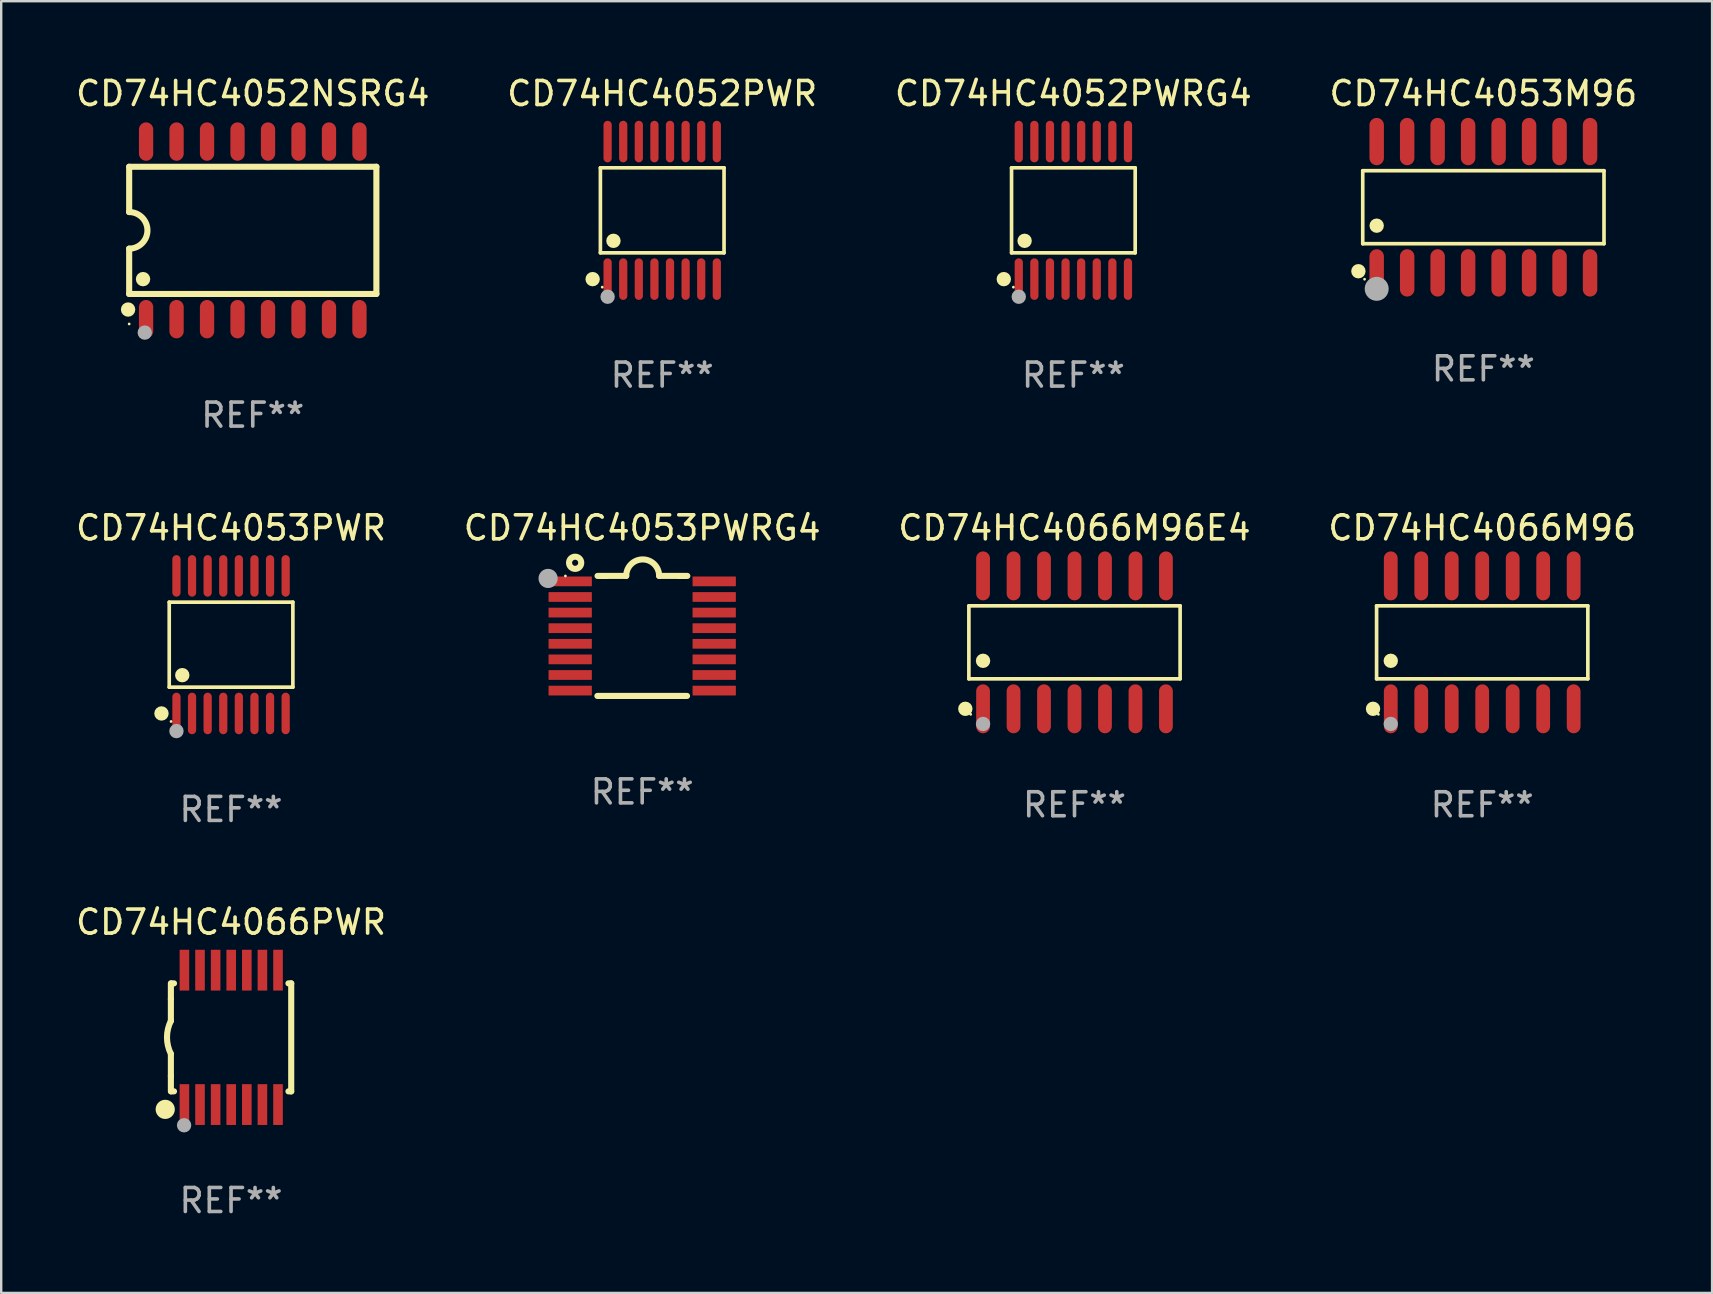
<source format=kicad_pcb>
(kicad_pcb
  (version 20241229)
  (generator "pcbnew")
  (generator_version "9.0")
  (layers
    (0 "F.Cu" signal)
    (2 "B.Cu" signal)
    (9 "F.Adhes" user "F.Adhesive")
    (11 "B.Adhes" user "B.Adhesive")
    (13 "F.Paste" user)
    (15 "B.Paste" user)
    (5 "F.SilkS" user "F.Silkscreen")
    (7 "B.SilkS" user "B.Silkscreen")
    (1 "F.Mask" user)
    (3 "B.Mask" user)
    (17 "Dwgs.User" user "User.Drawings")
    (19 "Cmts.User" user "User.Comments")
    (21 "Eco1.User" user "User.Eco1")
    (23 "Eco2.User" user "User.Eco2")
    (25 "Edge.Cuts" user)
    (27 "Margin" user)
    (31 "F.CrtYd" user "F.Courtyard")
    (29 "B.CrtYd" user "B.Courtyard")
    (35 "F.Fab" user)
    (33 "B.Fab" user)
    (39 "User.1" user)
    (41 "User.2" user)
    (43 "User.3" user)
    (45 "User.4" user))
  (footprint "CD74HC4053PWRG4"
    (layer "F.Cu")
    (at 23.708 23.446)
    (property "Reference" "CD74HC4053PWRG4" (at 0 -4.501 0) (layer "F.SilkS") (effects (font (size 1 1) (thickness 0.15))))
    (attr through_hole)
    (fp_line (start -1.868 2.501) (end 1.868 2.501) (stroke (width 0.254) (type solid)) (layer "F.SilkS"))
    (fp_line (start -1.86 -2.499) (end -0.666 -2.501) (stroke (width 0.254) (type solid)) (layer "F.SilkS"))
    (fp_line (start 0.706 -2.501) (end 1.88 -2.499) (stroke (width 0.254) (type solid)) (layer "F.SilkS"))
    (fp_arc (start -0.665914 -2.501448) (mid 0.019888 -3.18725) (end 0.70569 -2.501448) (stroke (width 0.254001) (type solid)) (layer "F.SilkS"))
    (fp_circle (center -3.2 -2.497) (end -3.17 -2.497) (stroke (width 0.06) (type solid)) (fill no) (layer "F.SilkS"))
    (fp_circle (center -2.794 -3.047) (end -2.54 -3.047) (stroke (width 0.254) (type solid)) (fill no) (layer "F.SilkS"))
    (fp_circle (center -3.921 -2.395) (end -3.721 -2.395) (stroke (width 0.4) (type solid)) (fill no) (layer "F.Fab"))
    (fp_text user "REF**" (at 0 6.501 0) (layer "F.Fab") (effects (font (size 1 1) (thickness 0.15))))
    (pad "1" smd rect (at -3 -2.272) (size 1.803 0.406) (layers "F.Cu" "F.Mask" "F.Paste"))
    (pad "2" smd rect (at -3 -1.622) (size 1.803 0.406) (layers "F.Cu" "F.Mask" "F.Paste"))
    (pad "3" smd rect (at -3 -0.972) (size 1.803 0.406) (layers "F.Cu" "F.Mask" "F.Paste"))
    (pad "4" smd rect (at -3 -0.322) (size 1.803 0.406) (layers "F.Cu" "F.Mask" "F.Paste"))
    (pad "5" smd rect (at -3 0.328) (size 1.803 0.406) (layers "F.Cu" "F.Mask" "F.Paste"))
    (pad "6" smd rect (at -3 0.978) (size 1.803 0.406) (layers "F.Cu" "F.Mask" "F.Paste"))
    (pad "7" smd rect (at -3 1.628) (size 1.803 0.406) (layers "F.Cu" "F.Mask" "F.Paste"))
    (pad "8" smd rect (at -3 2.278) (size 1.803 0.406) (layers "F.Cu" "F.Mask" "F.Paste"))
    (pad "9" smd rect (at 3 2.278) (size 1.803 0.406) (layers "F.Cu" "F.Mask" "F.Paste"))
    (pad "10" smd rect (at 3 1.628) (size 1.803 0.406) (layers "F.Cu" "F.Mask" "F.Paste"))
    (pad "11" smd rect (at 3 0.978) (size 1.803 0.406) (layers "F.Cu" "F.Mask" "F.Paste"))
    (pad "12" smd rect (at 3 0.328) (size 1.803 0.406) (layers "F.Cu" "F.Mask" "F.Paste"))
    (pad "13" smd rect (at 3 -0.322) (size 1.803 0.406) (layers "F.Cu" "F.Mask" "F.Paste"))
    (pad "14" smd rect (at 3 -0.972) (size 1.803 0.406) (layers "F.Cu" "F.Mask" "F.Paste"))
    (pad "15" smd rect (at 3 -1.622) (size 1.803 0.406) (layers "F.Cu" "F.Mask" "F.Paste"))
    (pad "16" smd rect (at 3 -2.272) (size 1.803 0.406) (layers "F.Cu" "F.Mask" "F.Paste")))
  (footprint "CD74HC4066M96"
    (layer "F.Cu")
    (at 58.708 23.714)
    (property "Reference" "CD74HC4066M96" (at 0 -4.769 0) (layer "F.SilkS") (effects (font (size 1 1) (thickness 0.15))))
    (attr through_hole)
    (fp_line (start -4.401 -1.521) (end 4.401 -1.521) (stroke (width 0.152) (type solid)) (layer "F.SilkS"))
    (fp_line (start -4.401 1.521) (end -4.401 -1.521) (stroke (width 0.152) (type solid)) (layer "F.SilkS"))
    (fp_line (start 4.401 -1.521) (end 4.401 1.521) (stroke (width 0.152) (type solid)) (layer "F.SilkS"))
    (fp_line (start 4.401 1.521) (end -4.401 1.521) (stroke (width 0.152) (type solid)) (layer "F.SilkS"))
    (fp_circle (center -4.549 2.769) (end -4.399 2.769) (stroke (width 0.3) (type solid)) (fill no) (layer "F.SilkS"))
    (fp_circle (center -4.325 3) (end -4.295 3) (stroke (width 0.06) (type solid)) (fill no) (layer "F.SilkS"))
    (fp_circle (center -3.81 0.769) (end -3.66 0.769) (stroke (width 0.3) (type solid)) (fill no) (layer "F.SilkS"))
    (fp_circle (center -3.81 3.4) (end -3.66 3.4) (stroke (width 0.3) (type solid)) (fill no) (layer "F.Fab"))
    (fp_text user "REF**" (at 0 6.769 0) (layer "F.Fab") (effects (font (size 1 1) (thickness 0.15))))
    (pad "1" smd oval (at -3.81 2.769) (size 0.574 2.038) (layers "F.Cu" "F.Mask" "F.Paste"))
    (pad "2" smd oval (at -2.54 2.769) (size 0.574 2.038) (layers "F.Cu" "F.Mask" "F.Paste"))
    (pad "3" smd oval (at -1.27 2.769) (size 0.574 2.038) (layers "F.Cu" "F.Mask" "F.Paste"))
    (pad "4" smd oval (at 0 2.769) (size 0.574 2.038) (layers "F.Cu" "F.Mask" "F.Paste"))
    (pad "5" smd oval (at 1.27 2.769) (size 0.574 2.038) (layers "F.Cu" "F.Mask" "F.Paste"))
    (pad "6" smd oval (at 2.54 2.769) (size 0.574 2.038) (layers "F.Cu" "F.Mask" "F.Paste"))
    (pad "7" smd oval (at 3.81 2.769) (size 0.574 2.038) (layers "F.Cu" "F.Mask" "F.Paste"))
    (pad "8" smd oval (at 3.81 -2.769) (size 0.574 2.038) (layers "F.Cu" "F.Mask" "F.Paste"))
    (pad "9" smd oval (at 2.54 -2.769) (size 0.574 2.038) (layers "F.Cu" "F.Mask" "F.Paste"))
    (pad "10" smd oval (at 1.27 -2.769) (size 0.574 2.038) (layers "F.Cu" "F.Mask" "F.Paste"))
    (pad "11" smd oval (at 0 -2.769) (size 0.574 2.038) (layers "F.Cu" "F.Mask" "F.Paste"))
    (pad "12" smd oval (at -1.27 -2.769) (size 0.574 2.038) (layers "F.Cu" "F.Mask" "F.Paste"))
    (pad "13" smd oval (at -2.54 -2.769) (size 0.574 2.038) (layers "F.Cu" "F.Mask" "F.Paste"))
    (pad "14" smd oval (at -3.81 -2.769) (size 0.574 2.038) (layers "F.Cu" "F.Mask" "F.Paste")))
  (footprint "CD74HC4066PWR"
    (layer "F.Cu")
    (at 6.577 40.173)
    (property "Reference" "CD74HC4066PWR" (at 0 -4.8 0) (layer "F.SilkS") (effects (font (size 1 1) (thickness 0.15))))
    (attr through_hole)
    (fp_line (start -2.507 -1.6) (end -2.507 -2.25) (stroke (width 0.254) (type solid)) (layer "F.SilkS"))
    (fp_line (start -2.507 -0.686) (end -2.507 -1.6) (stroke (width 0.254) (type solid)) (layer "F.SilkS"))
    (fp_line (start -2.507 1.6) (end -2.507 0.686) (stroke (width 0.254) (type solid)) (layer "F.SilkS"))
    (fp_line (start -2.507 1.6) (end -2.507 2.25) (stroke (width 0.254) (type solid)) (layer "F.SilkS"))
    (fp_line (start -2.493 -2.25) (end -2.377 -2.25) (stroke (width 0.254) (type solid)) (layer "F.SilkS"))
    (fp_line (start -2.377 2.25) (end -2.493 2.25) (stroke (width 0.254) (type solid)) (layer "F.SilkS"))
    (fp_line (start 2.392 -2.25) (end 2.507 -2.25) (stroke (width 0.254) (type solid)) (layer "F.SilkS"))
    (fp_line (start 2.507 -2.25) (end 2.507 2.25) (stroke (width 0.254) (type solid)) (layer "F.SilkS"))
    (fp_line (start 2.507 2.25) (end 2.392 2.25) (stroke (width 0.254) (type solid)) (layer "F.SilkS"))
    (fp_arc (start -2.507303 0.685802) (mid -2.669199 0) (end -2.507303 -0.685801) (stroke (width 0.254001) (type solid)) (layer "F.SilkS"))
    (fp_circle (center -2.743 3) (end -2.543 3) (stroke (width 0.4) (type solid)) (fill no) (layer "F.SilkS"))
    (fp_circle (center -2.493 3.2) (end -2.463 3.2) (stroke (width 0.06) (type solid)) (fill no) (layer "F.SilkS"))
    (fp_circle (center -1.957 3.662) (end -1.807 3.662) (stroke (width 0.3) (type solid)) (fill no) (layer "F.Fab"))
    (fp_text user "REF**" (at 0 6.8 0) (layer "F.Fab") (effects (font (size 1 1) (thickness 0.15))))
    (pad "1" smd rect (at -1.943 2.8) (size 0.4 1.7) (layers "F.Cu" "F.Mask" "F.Paste"))
    (pad "2" smd rect (at -1.293 2.8) (size 0.4 1.7) (layers "F.Cu" "F.Mask" "F.Paste"))
    (pad "3" smd rect (at -0.643 2.8) (size 0.4 1.7) (layers "F.Cu" "F.Mask" "F.Paste"))
    (pad "4" smd rect (at 0.007 2.8) (size 0.4 1.7) (layers "F.Cu" "F.Mask" "F.Paste"))
    (pad "5" smd rect (at 0.657 2.8) (size 0.4 1.7) (layers "F.Cu" "F.Mask" "F.Paste"))
    (pad "6" smd rect (at 1.307 2.8) (size 0.4 1.7) (layers "F.Cu" "F.Mask" "F.Paste"))
    (pad "7" smd rect (at 1.957 2.8) (size 0.4 1.7) (layers "F.Cu" "F.Mask" "F.Paste"))
    (pad "8" smd rect (at 1.957 -2.8) (size 0.4 1.7) (layers "F.Cu" "F.Mask" "F.Paste"))
    (pad "9" smd rect (at 1.307 -2.8) (size 0.4 1.7) (layers "F.Cu" "F.Mask" "F.Paste"))
    (pad "10" smd rect (at 0.657 -2.8) (size 0.4 1.7) (layers "F.Cu" "F.Mask" "F.Paste"))
    (pad "11" smd rect (at 0.007 -2.8) (size 0.4 1.7) (layers "F.Cu" "F.Mask" "F.Paste"))
    (pad "12" smd rect (at -0.643 -2.8) (size 0.4 1.7) (layers "F.Cu" "F.Mask" "F.Paste"))
    (pad "13" smd rect (at -1.293 -2.8) (size 0.4 1.7) (layers "F.Cu" "F.Mask" "F.Paste"))
    (pad "14" smd rect (at -1.943 -2.8) (size 0.4 1.7) (layers "F.Cu" "F.Mask" "F.Paste")))
  (footprint "CD74HC4052PWRG4"
    (layer "F.Cu")
    (at 41.673 5.714)
    (property "Reference" "CD74HC4052PWRG4" (at 0 -4.866 0) (layer "F.SilkS") (effects (font (size 1 1) (thickness 0.15))))
    (attr through_hole)
    (fp_line (start -2.576 -1.772) (end 2.576 -1.772) (stroke (width 0.152) (type solid)) (layer "F.SilkS"))
    (fp_line (start -2.576 1.771) (end -2.576 -1.772) (stroke (width 0.152) (type solid)) (layer "F.SilkS"))
    (fp_line (start 2.576 -1.772) (end 2.576 1.771) (stroke (width 0.152) (type solid)) (layer "F.SilkS"))
    (fp_line (start 2.576 1.771) (end -2.576 1.771) (stroke (width 0.152) (type solid)) (layer "F.SilkS"))
    (fp_circle (center -2.899 2.866) (end -2.749 2.866) (stroke (width 0.3) (type solid)) (fill no) (layer "F.SilkS"))
    (fp_circle (center -2.5 3.2) (end -2.47 3.2) (stroke (width 0.06) (type solid)) (fill no) (layer "F.SilkS"))
    (fp_circle (center -2.032 1.27) (end -1.882 1.27) (stroke (width 0.3) (type solid)) (fill no) (layer "F.SilkS"))
    (fp_circle (center -2.275 3.6) (end -2.125 3.6) (stroke (width 0.3) (type solid)) (fill no) (layer "F.Fab"))
    (fp_text user "REF**" (at 0 6.866 0) (layer "F.Fab") (effects (font (size 1 1) (thickness 0.15))))
    (pad "1" smd oval (at -2.275 2.866) (size 0.343 1.731) (layers "F.Cu" "F.Mask" "F.Paste"))
    (pad "2" smd oval (at -1.625 2.866) (size 0.343 1.731) (layers "F.Cu" "F.Mask" "F.Paste"))
    (pad "3" smd oval (at -0.975 2.866) (size 0.343 1.731) (layers "F.Cu" "F.Mask" "F.Paste"))
    (pad "4" smd oval (at -0.325 2.866) (size 0.343 1.731) (layers "F.Cu" "F.Mask" "F.Paste"))
    (pad "5" smd oval (at 0.325 2.866) (size 0.343 1.731) (layers "F.Cu" "F.Mask" "F.Paste"))
    (pad "6" smd oval (at 0.975 2.866) (size 0.343 1.731) (layers "F.Cu" "F.Mask" "F.Paste"))
    (pad "7" smd oval (at 1.625 2.866) (size 0.343 1.731) (layers "F.Cu" "F.Mask" "F.Paste"))
    (pad "8" smd oval (at 2.275 2.866) (size 0.343 1.731) (layers "F.Cu" "F.Mask" "F.Paste"))
    (pad "9" smd oval (at 2.275 -2.866) (size 0.343 1.731) (layers "F.Cu" "F.Mask" "F.Paste"))
    (pad "10" smd oval (at 1.625 -2.866) (size 0.343 1.731) (layers "F.Cu" "F.Mask" "F.Paste"))
    (pad "11" smd oval (at 0.975 -2.866) (size 0.343 1.731) (layers "F.Cu" "F.Mask" "F.Paste"))
    (pad "12" smd oval (at 0.325 -2.866) (size 0.343 1.731) (layers "F.Cu" "F.Mask" "F.Paste"))
    (pad "13" smd oval (at -0.325 -2.866) (size 0.343 1.731) (layers "F.Cu" "F.Mask" "F.Paste"))
    (pad "14" smd oval (at -0.975 -2.866) (size 0.343 1.731) (layers "F.Cu" "F.Mask" "F.Paste"))
    (pad "15" smd oval (at -1.625 -2.866) (size 0.343 1.731) (layers "F.Cu" "F.Mask" "F.Paste"))
    (pad "16" smd oval (at -2.275 -2.866) (size 0.343 1.731) (layers "F.Cu" "F.Mask" "F.Paste")))
  (footprint "CD74HC4066M96E4"
    (layer "F.Cu")
    (at 41.72 23.714)
    (property "Reference" "CD74HC4066M96E4" (at 0 -4.769 0) (layer "F.SilkS") (effects (font (size 1 1) (thickness 0.15))))
    (attr through_hole)
    (fp_line (start -4.401 -1.521) (end 4.401 -1.521) (stroke (width 0.152) (type solid)) (layer "F.SilkS"))
    (fp_line (start -4.401 1.521) (end -4.401 -1.521) (stroke (width 0.152) (type solid)) (layer "F.SilkS"))
    (fp_line (start 4.401 -1.521) (end 4.401 1.521) (stroke (width 0.152) (type solid)) (layer "F.SilkS"))
    (fp_line (start 4.401 1.521) (end -4.401 1.521) (stroke (width 0.152) (type solid)) (layer "F.SilkS"))
    (fp_circle (center -4.549 2.769) (end -4.399 2.769) (stroke (width 0.3) (type solid)) (fill no) (layer "F.SilkS"))
    (fp_circle (center -4.325 3) (end -4.295 3) (stroke (width 0.06) (type solid)) (fill no) (layer "F.SilkS"))
    (fp_circle (center -3.81 0.769) (end -3.66 0.769) (stroke (width 0.3) (type solid)) (fill no) (layer "F.SilkS"))
    (fp_circle (center -3.81 3.4) (end -3.66 3.4) (stroke (width 0.3) (type solid)) (fill no) (layer "F.Fab"))
    (fp_text user "REF**" (at 0 6.769 0) (layer "F.Fab") (effects (font (size 1 1) (thickness 0.15))))
    (pad "1" smd oval (at -3.81 2.769) (size 0.574 2.038) (layers "F.Cu" "F.Mask" "F.Paste"))
    (pad "2" smd oval (at -2.54 2.769) (size 0.574 2.038) (layers "F.Cu" "F.Mask" "F.Paste"))
    (pad "3" smd oval (at -1.27 2.769) (size 0.574 2.038) (layers "F.Cu" "F.Mask" "F.Paste"))
    (pad "4" smd oval (at 0 2.769) (size 0.574 2.038) (layers "F.Cu" "F.Mask" "F.Paste"))
    (pad "5" smd oval (at 1.27 2.769) (size 0.574 2.038) (layers "F.Cu" "F.Mask" "F.Paste"))
    (pad "6" smd oval (at 2.54 2.769) (size 0.574 2.038) (layers "F.Cu" "F.Mask" "F.Paste"))
    (pad "7" smd oval (at 3.81 2.769) (size 0.574 2.038) (layers "F.Cu" "F.Mask" "F.Paste"))
    (pad "8" smd oval (at 3.81 -2.769) (size 0.574 2.038) (layers "F.Cu" "F.Mask" "F.Paste"))
    (pad "9" smd oval (at 2.54 -2.769) (size 0.574 2.038) (layers "F.Cu" "F.Mask" "F.Paste"))
    (pad "10" smd oval (at 1.27 -2.769) (size 0.574 2.038) (layers "F.Cu" "F.Mask" "F.Paste"))
    (pad "11" smd oval (at 0 -2.769) (size 0.574 2.038) (layers "F.Cu" "F.Mask" "F.Paste"))
    (pad "12" smd oval (at -1.27 -2.769) (size 0.574 2.038) (layers "F.Cu" "F.Mask" "F.Paste"))
    (pad "13" smd oval (at -2.54 -2.769) (size 0.574 2.038) (layers "F.Cu" "F.Mask" "F.Paste"))
    (pad "14" smd oval (at -3.81 -2.769) (size 0.574 2.038) (layers "F.Cu" "F.Mask" "F.Paste")))
  (footprint "CD74HC4052NSRG4"
    (layer "F.Cu")
    (at 7.482 6.548)
    (property "Reference" "CD74HC4052NSRG4" (at 0 -5.7 0) (layer "F.SilkS") (effects (font (size 1 1) (thickness 0.15))))
    (attr through_hole)
    (fp_line (start -5.15 -2.65) (end -5.15 -0.762) (stroke (width 0.254) (type solid)) (layer "F.SilkS"))
    (fp_line (start -5.15 -2.65) (end 5.15 -2.65) (stroke (width 0.254) (type solid)) (layer "F.SilkS"))
    (fp_line (start -5.15 2.65) (end -5.15 0.762) (stroke (width 0.254) (type solid)) (layer "F.SilkS"))
    (fp_line (start 5.15 -2.65) (end 5.15 2.65) (stroke (width 0.254) (type solid)) (layer "F.SilkS"))
    (fp_line (start 5.15 2.65) (end -5.15 2.65) (stroke (width 0.254) (type solid)) (layer "F.SilkS"))
    (fp_arc (start -5.151131 -0.762003) (mid -4.389128 -0.000559) (end -5.150013 0.762002) (stroke (width 0.254001) (type solid)) (layer "F.SilkS"))
    (fp_circle (center -5.195 3.299) (end -5.045 3.299) (stroke (width 0.3) (type solid)) (fill no) (layer "F.SilkS"))
    (fp_circle (center -5.15 3.9) (end -5.12 3.9) (stroke (width 0.06) (type solid)) (fill no) (layer "F.SilkS"))
    (fp_circle (center -4.572 2.032) (end -4.422 2.032) (stroke (width 0.3) (type solid)) (fill no) (layer "F.SilkS"))
    (fp_circle (center -4.5 4.26) (end -4.35 4.26) (stroke (width 0.3) (type solid)) (fill no) (layer "F.Fab"))
    (fp_text user "REF**" (at 0 7.7 0) (layer "F.Fab") (effects (font (size 1 1) (thickness 0.15))))
    (pad "1" smd oval (at -4.445 3.7) (size 0.595 1.598) (layers "F.Cu" "F.Mask" "F.Paste"))
    (pad "2" smd oval (at -3.175 3.7) (size 0.595 1.598) (layers "F.Cu" "F.Mask" "F.Paste"))
    (pad "3" smd oval (at -1.905 3.7) (size 0.595 1.598) (layers "F.Cu" "F.Mask" "F.Paste"))
    (pad "4" smd oval (at -0.635 3.7) (size 0.595 1.598) (layers "F.Cu" "F.Mask" "F.Paste"))
    (pad "5" smd oval (at 0.635 3.7) (size 0.595 1.598) (layers "F.Cu" "F.Mask" "F.Paste"))
    (pad "6" smd oval (at 1.905 3.7) (size 0.595 1.598) (layers "F.Cu" "F.Mask" "F.Paste"))
    (pad "7" smd oval (at 3.175 3.7) (size 0.595 1.598) (layers "F.Cu" "F.Mask" "F.Paste"))
    (pad "8" smd oval (at 4.445 3.7) (size 0.595 1.598) (layers "F.Cu" "F.Mask" "F.Paste"))
    (pad "9" smd oval (at 4.445 -3.7) (size 0.595 1.598) (layers "F.Cu" "F.Mask" "F.Paste"))
    (pad "10" smd oval (at 3.175 -3.7) (size 0.595 1.598) (layers "F.Cu" "F.Mask" "F.Paste"))
    (pad "11" smd oval (at 1.905 -3.7) (size 0.595 1.598) (layers "F.Cu" "F.Mask" "F.Paste"))
    (pad "12" smd oval (at 0.635 -3.7) (size 0.595 1.598) (layers "F.Cu" "F.Mask" "F.Paste"))
    (pad "13" smd oval (at -0.635 -3.7) (size 0.595 1.598) (layers "F.Cu" "F.Mask" "F.Paste"))
    (pad "14" smd oval (at -1.905 -3.7) (size 0.595 1.598) (layers "F.Cu" "F.Mask" "F.Paste"))
    (pad "15" smd oval (at -3.175 -3.7) (size 0.595 1.598) (layers "F.Cu" "F.Mask" "F.Paste"))
    (pad "16" smd oval (at -4.445 -3.7) (size 0.595 1.598) (layers "F.Cu" "F.Mask" "F.Paste")))
  (footprint "CD74HC4052PWR"
    (layer "F.Cu")
    (at 24.542 5.714)
    (property "Reference" "CD74HC4052PWR" (at 0 -4.866 0) (layer "F.SilkS") (effects (font (size 1 1) (thickness 0.15))))
    (attr through_hole)
    (fp_line (start -2.576 -1.772) (end 2.576 -1.772) (stroke (width 0.152) (type solid)) (layer "F.SilkS"))
    (fp_line (start -2.576 1.771) (end -2.576 -1.772) (stroke (width 0.152) (type solid)) (layer "F.SilkS"))
    (fp_line (start 2.576 -1.772) (end 2.576 1.771) (stroke (width 0.152) (type solid)) (layer "F.SilkS"))
    (fp_line (start 2.576 1.771) (end -2.576 1.771) (stroke (width 0.152) (type solid)) (layer "F.SilkS"))
    (fp_circle (center -2.899 2.866) (end -2.749 2.866) (stroke (width 0.3) (type solid)) (fill no) (layer "F.SilkS"))
    (fp_circle (center -2.5 3.2) (end -2.47 3.2) (stroke (width 0.06) (type solid)) (fill no) (layer "F.SilkS"))
    (fp_circle (center -2.032 1.27) (end -1.882 1.27) (stroke (width 0.3) (type solid)) (fill no) (layer "F.SilkS"))
    (fp_circle (center -2.275 3.6) (end -2.125 3.6) (stroke (width 0.3) (type solid)) (fill no) (layer "F.Fab"))
    (fp_text user "REF**" (at 0 6.866 0) (layer "F.Fab") (effects (font (size 1 1) (thickness 0.15))))
    (pad "1" smd oval (at -2.275 2.866) (size 0.343 1.731) (layers "F.Cu" "F.Mask" "F.Paste"))
    (pad "2" smd oval (at -1.625 2.866) (size 0.343 1.731) (layers "F.Cu" "F.Mask" "F.Paste"))
    (pad "3" smd oval (at -0.975 2.866) (size 0.343 1.731) (layers "F.Cu" "F.Mask" "F.Paste"))
    (pad "4" smd oval (at -0.325 2.866) (size 0.343 1.731) (layers "F.Cu" "F.Mask" "F.Paste"))
    (pad "5" smd oval (at 0.325 2.866) (size 0.343 1.731) (layers "F.Cu" "F.Mask" "F.Paste"))
    (pad "6" smd oval (at 0.975 2.866) (size 0.343 1.731) (layers "F.Cu" "F.Mask" "F.Paste"))
    (pad "7" smd oval (at 1.625 2.866) (size 0.343 1.731) (layers "F.Cu" "F.Mask" "F.Paste"))
    (pad "8" smd oval (at 2.275 2.866) (size 0.343 1.731) (layers "F.Cu" "F.Mask" "F.Paste"))
    (pad "9" smd oval (at 2.275 -2.866) (size 0.343 1.731) (layers "F.Cu" "F.Mask" "F.Paste"))
    (pad "10" smd oval (at 1.625 -2.866) (size 0.343 1.731) (layers "F.Cu" "F.Mask" "F.Paste"))
    (pad "11" smd oval (at 0.975 -2.866) (size 0.343 1.731) (layers "F.Cu" "F.Mask" "F.Paste"))
    (pad "12" smd oval (at 0.325 -2.866) (size 0.343 1.731) (layers "F.Cu" "F.Mask" "F.Paste"))
    (pad "13" smd oval (at -0.325 -2.866) (size 0.343 1.731) (layers "F.Cu" "F.Mask" "F.Paste"))
    (pad "14" smd oval (at -0.975 -2.866) (size 0.343 1.731) (layers "F.Cu" "F.Mask" "F.Paste"))
    (pad "15" smd oval (at -1.625 -2.866) (size 0.343 1.731) (layers "F.Cu" "F.Mask" "F.Paste"))
    (pad "16" smd oval (at -2.275 -2.866) (size 0.343 1.731) (layers "F.Cu" "F.Mask" "F.Paste")))
  (footprint "CD74HC4053M96"
    (layer "F.Cu")
    (at 58.756 5.584)
    (property "Reference" "CD74HC4053M96" (at 0 -4.736 0) (layer "F.SilkS") (effects (font (size 1 1) (thickness 0.15))))
    (attr through_hole)
    (fp_line (start -5.026 -1.521) (end 5.026 -1.521) (stroke (width 0.152) (type solid)) (layer "F.SilkS"))
    (fp_line (start -5.026 1.521) (end -5.026 -1.521) (stroke (width 0.152) (type solid)) (layer "F.SilkS"))
    (fp_line (start 5.026 -1.521) (end 5.026 1.521) (stroke (width 0.152) (type solid)) (layer "F.SilkS"))
    (fp_line (start 5.026 1.521) (end -5.026 1.521) (stroke (width 0.152) (type solid)) (layer "F.SilkS"))
    (fp_circle (center -5.207 2.667) (end -5.057 2.667) (stroke (width 0.3) (type solid)) (fill no) (layer "F.SilkS"))
    (fp_circle (center -4.95 3) (end -4.92 3) (stroke (width 0.06) (type solid)) (fill no) (layer "F.SilkS"))
    (fp_circle (center -4.445 0.769) (end -4.295 0.769) (stroke (width 0.3) (type solid)) (fill no) (layer "F.SilkS"))
    (fp_circle (center -4.445 3.4) (end -4.195 3.4) (stroke (width 0.5) (type solid)) (fill no) (layer "F.Fab"))
    (fp_text user "REF**" (at 0 6.736 0) (layer "F.Fab") (effects (font (size 1 1) (thickness 0.15))))
    (pad "1" smd oval (at -4.445 2.736) (size 0.602 1.971) (layers "F.Cu" "F.Mask" "F.Paste"))
    (pad "2" smd oval (at -3.175 2.736) (size 0.602 1.971) (layers "F.Cu" "F.Mask" "F.Paste"))
    (pad "3" smd oval (at -1.905 2.736) (size 0.602 1.971) (layers "F.Cu" "F.Mask" "F.Paste"))
    (pad "4" smd oval (at -0.635 2.736) (size 0.602 1.971) (layers "F.Cu" "F.Mask" "F.Paste"))
    (pad "5" smd oval (at 0.635 2.736) (size 0.602 1.971) (layers "F.Cu" "F.Mask" "F.Paste"))
    (pad "6" smd oval (at 1.905 2.736) (size 0.602 1.971) (layers "F.Cu" "F.Mask" "F.Paste"))
    (pad "7" smd oval (at 3.175 2.736) (size 0.602 1.971) (layers "F.Cu" "F.Mask" "F.Paste"))
    (pad "8" smd oval (at 4.445 2.736) (size 0.602 1.971) (layers "F.Cu" "F.Mask" "F.Paste"))
    (pad "9" smd oval (at 4.445 -2.736) (size 0.602 1.971) (layers "F.Cu" "F.Mask" "F.Paste"))
    (pad "10" smd oval (at 3.175 -2.736) (size 0.602 1.971) (layers "F.Cu" "F.Mask" "F.Paste"))
    (pad "11" smd oval (at 1.905 -2.736) (size 0.602 1.971) (layers "F.Cu" "F.Mask" "F.Paste"))
    (pad "12" smd oval (at 0.635 -2.736) (size 0.602 1.971) (layers "F.Cu" "F.Mask" "F.Paste"))
    (pad "13" smd oval (at -0.635 -2.736) (size 0.602 1.971) (layers "F.Cu" "F.Mask" "F.Paste"))
    (pad "14" smd oval (at -1.905 -2.736) (size 0.602 1.971) (layers "F.Cu" "F.Mask" "F.Paste"))
    (pad "15" smd oval (at -3.175 -2.736) (size 0.602 1.971) (layers "F.Cu" "F.Mask" "F.Paste"))
    (pad "16" smd oval (at -4.445 -2.736) (size 0.602 1.971) (layers "F.Cu" "F.Mask" "F.Paste")))
  (footprint "CD74HC4053PWR"
    (layer "F.Cu")
    (at 6.577 23.811)
    (property "Reference" "CD74HC4053PWR" (at 0 -4.866 0) (layer "F.SilkS") (effects (font (size 1 1) (thickness 0.15))))
    (attr through_hole)
    (fp_line (start -2.576 -1.772) (end 2.576 -1.772) (stroke (width 0.152) (type solid)) (layer "F.SilkS"))
    (fp_line (start -2.576 1.771) (end -2.576 -1.772) (stroke (width 0.152) (type solid)) (layer "F.SilkS"))
    (fp_line (start 2.576 -1.772) (end 2.576 1.771) (stroke (width 0.152) (type solid)) (layer "F.SilkS"))
    (fp_line (start 2.576 1.771) (end -2.576 1.771) (stroke (width 0.152) (type solid)) (layer "F.SilkS"))
    (fp_circle (center -2.899 2.866) (end -2.749 2.866) (stroke (width 0.3) (type solid)) (fill no) (layer "F.SilkS"))
    (fp_circle (center -2.5 3.2) (end -2.47 3.2) (stroke (width 0.06) (type solid)) (fill no) (layer "F.SilkS"))
    (fp_circle (center -2.032 1.27) (end -1.882 1.27) (stroke (width 0.3) (type solid)) (fill no) (layer "F.SilkS"))
    (fp_circle (center -2.275 3.6) (end -2.125 3.6) (stroke (width 0.3) (type solid)) (fill no) (layer "F.Fab"))
    (fp_text user "REF**" (at 0 6.866 0) (layer "F.Fab") (effects (font (size 1 1) (thickness 0.15))))
    (pad "1" smd oval (at -2.275 2.866) (size 0.343 1.731) (layers "F.Cu" "F.Mask" "F.Paste"))
    (pad "2" smd oval (at -1.625 2.866) (size 0.343 1.731) (layers "F.Cu" "F.Mask" "F.Paste"))
    (pad "3" smd oval (at -0.975 2.866) (size 0.343 1.731) (layers "F.Cu" "F.Mask" "F.Paste"))
    (pad "4" smd oval (at -0.325 2.866) (size 0.343 1.731) (layers "F.Cu" "F.Mask" "F.Paste"))
    (pad "5" smd oval (at 0.325 2.866) (size 0.343 1.731) (layers "F.Cu" "F.Mask" "F.Paste"))
    (pad "6" smd oval (at 0.975 2.866) (size 0.343 1.731) (layers "F.Cu" "F.Mask" "F.Paste"))
    (pad "7" smd oval (at 1.625 2.866) (size 0.343 1.731) (layers "F.Cu" "F.Mask" "F.Paste"))
    (pad "8" smd oval (at 2.275 2.866) (size 0.343 1.731) (layers "F.Cu" "F.Mask" "F.Paste"))
    (pad "9" smd oval (at 2.275 -2.866) (size 0.343 1.731) (layers "F.Cu" "F.Mask" "F.Paste"))
    (pad "10" smd oval (at 1.625 -2.866) (size 0.343 1.731) (layers "F.Cu" "F.Mask" "F.Paste"))
    (pad "11" smd oval (at 0.975 -2.866) (size 0.343 1.731) (layers "F.Cu" "F.Mask" "F.Paste"))
    (pad "12" smd oval (at 0.325 -2.866) (size 0.343 1.731) (layers "F.Cu" "F.Mask" "F.Paste"))
    (pad "13" smd oval (at -0.325 -2.866) (size 0.343 1.731) (layers "F.Cu" "F.Mask" "F.Paste"))
    (pad "14" smd oval (at -0.975 -2.866) (size 0.343 1.731) (layers "F.Cu" "F.Mask" "F.Paste"))
    (pad "15" smd oval (at -1.625 -2.866) (size 0.343 1.731) (layers "F.Cu" "F.Mask" "F.Paste"))
    (pad "16" smd oval (at -2.275 -2.866) (size 0.343 1.731) (layers "F.Cu" "F.Mask" "F.Paste")))
  (gr_rect
    (start -3 -3)
    (end 68.286 50.821)
    (stroke (width 0.1) (type default))
    (fill no)
    (layer "Edge.Cuts")))
</source>
